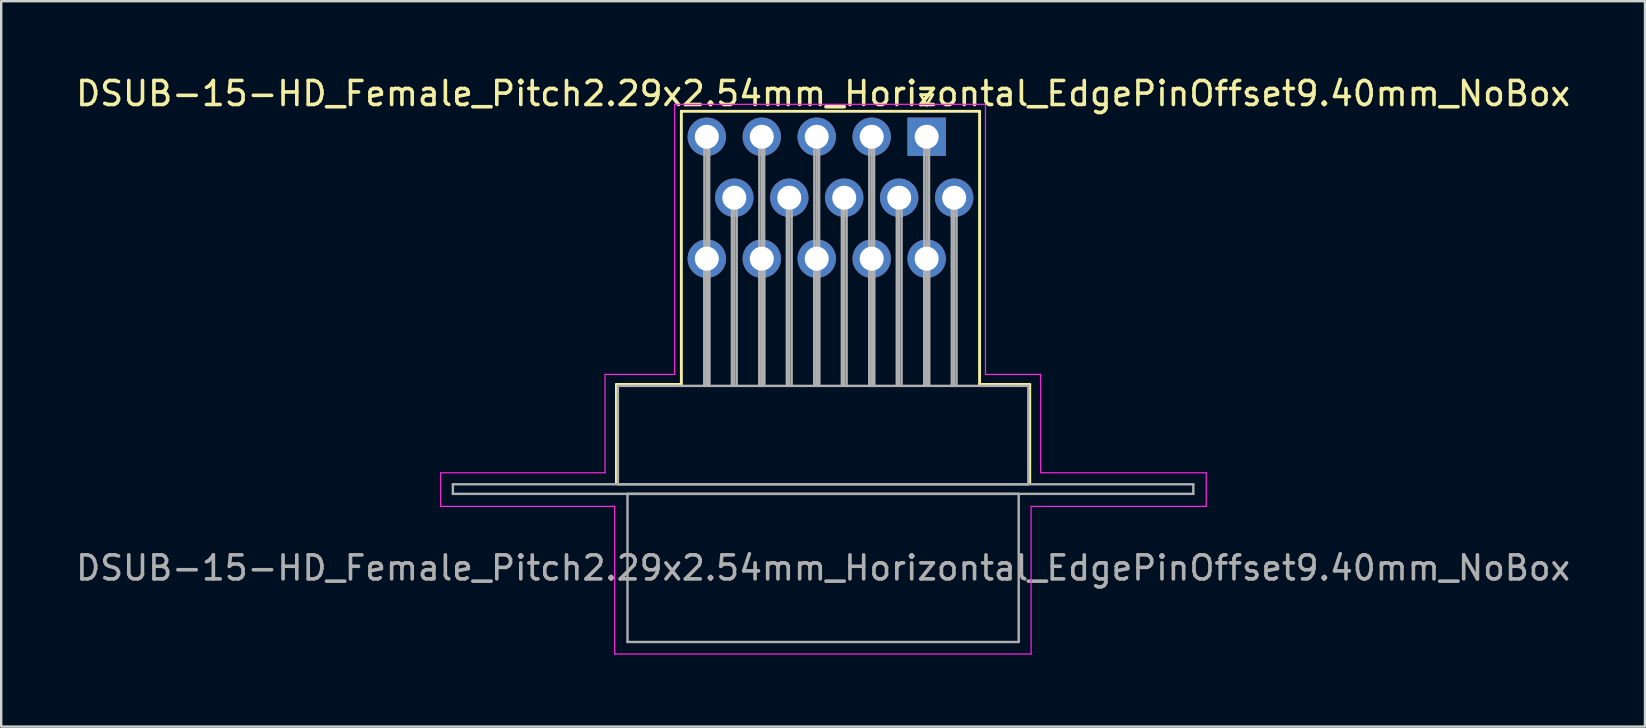
<source format=kicad_pcb>
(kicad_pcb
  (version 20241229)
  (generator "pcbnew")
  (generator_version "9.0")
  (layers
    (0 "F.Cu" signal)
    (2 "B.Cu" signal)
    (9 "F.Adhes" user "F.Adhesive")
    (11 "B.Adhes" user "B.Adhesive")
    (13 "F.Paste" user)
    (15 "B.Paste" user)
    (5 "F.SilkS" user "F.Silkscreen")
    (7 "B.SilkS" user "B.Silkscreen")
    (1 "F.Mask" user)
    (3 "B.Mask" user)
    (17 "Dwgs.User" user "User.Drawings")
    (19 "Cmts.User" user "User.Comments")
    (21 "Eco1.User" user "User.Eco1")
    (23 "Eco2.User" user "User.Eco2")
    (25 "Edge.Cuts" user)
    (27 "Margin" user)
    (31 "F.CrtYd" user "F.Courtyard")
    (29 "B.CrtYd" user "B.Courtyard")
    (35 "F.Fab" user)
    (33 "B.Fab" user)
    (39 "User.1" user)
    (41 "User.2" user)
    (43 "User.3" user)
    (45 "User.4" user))
  (footprint "DSUB-15-HD_Female_Pitch2.29x2.54mm_Horizontal_EdgePinOffset9.40mm_NoBox"
    (layer "F.Cu")
    (at 35.559 2.648)
    (property "Reference" "DSUB-15-HD_Female_Pitch2.29x2.54mm_Horizontal_EdgePinOffset9.40mm_NoBox" (at -4.315 -1.8 0) (layer "F.SilkS") (effects (font (size 1 1) (thickness 0.15))))
    (attr through_hole)
    (fp_line (start -12.925 10.32) (end -10.22 10.32) (stroke (width 0.12) (type solid)) (layer "F.SilkS"))
    (fp_line (start -12.925 14.42) (end -12.925 10.32) (stroke (width 0.12) (type solid)) (layer "F.SilkS"))
    (fp_line (start -10.22 -1.06) (end 2.205 -1.06) (stroke (width 0.12) (type solid)) (layer "F.SilkS"))
    (fp_line (start -10.22 10.32) (end -10.22 -1.06) (stroke (width 0.12) (type solid)) (layer "F.SilkS"))
    (fp_line (start -0.25 -1.754) (end 0.25 -1.754) (stroke (width 0.12) (type solid)) (layer "F.SilkS"))
    (fp_line (start 0 -1.321) (end -0.25 -1.754) (stroke (width 0.12) (type solid)) (layer "F.SilkS"))
    (fp_line (start 0.25 -1.754) (end 0 -1.321) (stroke (width 0.12) (type solid)) (layer "F.SilkS"))
    (fp_line (start 2.205 -1.06) (end 2.205 10.32) (stroke (width 0.12) (type solid)) (layer "F.SilkS"))
    (fp_line (start 2.205 10.32) (end 4.295 10.32) (stroke (width 0.12) (type solid)) (layer "F.SilkS"))
    (fp_line (start 4.295 10.32) (end 4.295 14.42) (stroke (width 0.12) (type solid)) (layer "F.SilkS"))
    (fp_line (start -20.25 14) (end -13.4 14) (stroke (width 0.05) (type solid)) (layer "F.CrtYd"))
    (fp_line (start -20.25 15.4) (end -20.25 14) (stroke (width 0.05) (type solid)) (layer "F.CrtYd"))
    (fp_line (start -13.4 9.9) (end -10.5 9.9) (stroke (width 0.05) (type solid)) (layer "F.CrtYd"))
    (fp_line (start -13.4 14) (end -13.4 9.9) (stroke (width 0.05) (type solid)) (layer "F.CrtYd"))
    (fp_line (start -13 15.4) (end -20.25 15.4) (stroke (width 0.05) (type solid)) (layer "F.CrtYd"))
    (fp_line (start -13 21.55) (end -13 15.4) (stroke (width 0.05) (type solid)) (layer "F.CrtYd"))
    (fp_line (start -10.5 -1.35) (end 2.45 -1.35) (stroke (width 0.05) (type solid)) (layer "F.CrtYd"))
    (fp_line (start -10.5 9.9) (end -10.5 -1.35) (stroke (width 0.05) (type solid)) (layer "F.CrtYd"))
    (fp_line (start 2.45 -1.35) (end 2.45 9.9) (stroke (width 0.05) (type solid)) (layer "F.CrtYd"))
    (fp_line (start 2.45 9.9) (end 4.75 9.9) (stroke (width 0.05) (type solid)) (layer "F.CrtYd"))
    (fp_line (start 4.35 15.4) (end 4.35 21.55) (stroke (width 0.05) (type solid)) (layer "F.CrtYd"))
    (fp_line (start 4.35 21.55) (end -13 21.55) (stroke (width 0.05) (type solid)) (layer "F.CrtYd"))
    (fp_line (start 4.75 9.9) (end 4.75 14) (stroke (width 0.05) (type solid)) (layer "F.CrtYd"))
    (fp_line (start 4.75 14) (end 11.65 14) (stroke (width 0.05) (type solid)) (layer "F.CrtYd"))
    (fp_line (start 11.65 14) (end 11.65 15.4) (stroke (width 0.05) (type solid)) (layer "F.CrtYd"))
    (fp_line (start 11.65 15.4) (end 4.35 15.4) (stroke (width 0.05) (type solid)) (layer "F.CrtYd"))
    (fp_line (start -19.74 14.48) (end -19.74 14.88) (stroke (width 0.1) (type solid)) (layer "F.Fab"))
    (fp_line (start -19.74 14.88) (end 11.11 14.88) (stroke (width 0.1) (type solid)) (layer "F.Fab"))
    (fp_line (start -12.865 10.38) (end -12.865 14.48) (stroke (width 0.1) (type solid)) (layer "F.Fab"))
    (fp_line (start -12.865 14.48) (end 4.235 14.48) (stroke (width 0.1) (type solid)) (layer "F.Fab"))
    (fp_line (start -12.465 14.88) (end -12.465 21.05) (stroke (width 0.1) (type solid)) (layer "F.Fab"))
    (fp_line (start -12.465 21.05) (end 3.835 21.05) (stroke (width 0.1) (type solid)) (layer "F.Fab"))
    (fp_line (start -9.26 0) (end -9.26 10.38) (stroke (width 0.1) (type solid)) (layer "F.Fab"))
    (fp_line (start -9.26 5.08) (end -9.26 10.38) (stroke (width 0.1) (type solid)) (layer "F.Fab"))
    (fp_line (start -9.16 0) (end -9.16 10.38) (stroke (width 0.1) (type solid)) (layer "F.Fab"))
    (fp_line (start -9.16 5.08) (end -9.16 10.38) (stroke (width 0.1) (type solid)) (layer "F.Fab"))
    (fp_line (start -9.06 0) (end -9.06 10.38) (stroke (width 0.1) (type solid)) (layer "F.Fab"))
    (fp_line (start -9.06 5.08) (end -9.06 10.38) (stroke (width 0.1) (type solid)) (layer "F.Fab"))
    (fp_line (start -8.115 2.54) (end -8.115 10.38) (stroke (width 0.1) (type solid)) (layer "F.Fab"))
    (fp_line (start -8.015 2.54) (end -8.015 10.38) (stroke (width 0.1) (type solid)) (layer "F.Fab"))
    (fp_line (start -7.915 2.54) (end -7.915 10.38) (stroke (width 0.1) (type solid)) (layer "F.Fab"))
    (fp_line (start -6.97 0) (end -6.97 10.38) (stroke (width 0.1) (type solid)) (layer "F.Fab"))
    (fp_line (start -6.97 5.08) (end -6.97 10.38) (stroke (width 0.1) (type solid)) (layer "F.Fab"))
    (fp_line (start -6.87 0) (end -6.87 10.38) (stroke (width 0.1) (type solid)) (layer "F.Fab"))
    (fp_line (start -6.87 5.08) (end -6.87 10.38) (stroke (width 0.1) (type solid)) (layer "F.Fab"))
    (fp_line (start -6.77 0) (end -6.77 10.38) (stroke (width 0.1) (type solid)) (layer "F.Fab"))
    (fp_line (start -6.77 5.08) (end -6.77 10.38) (stroke (width 0.1) (type solid)) (layer "F.Fab"))
    (fp_line (start -5.825 2.54) (end -5.825 10.38) (stroke (width 0.1) (type solid)) (layer "F.Fab"))
    (fp_line (start -5.725 2.54) (end -5.725 10.38) (stroke (width 0.1) (type solid)) (layer "F.Fab"))
    (fp_line (start -5.625 2.54) (end -5.625 10.38) (stroke (width 0.1) (type solid)) (layer "F.Fab"))
    (fp_line (start -4.68 0) (end -4.68 10.38) (stroke (width 0.1) (type solid)) (layer "F.Fab"))
    (fp_line (start -4.68 5.08) (end -4.68 10.38) (stroke (width 0.1) (type solid)) (layer "F.Fab"))
    (fp_line (start -4.58 0) (end -4.58 10.38) (stroke (width 0.1) (type solid)) (layer "F.Fab"))
    (fp_line (start -4.58 5.08) (end -4.58 10.38) (stroke (width 0.1) (type solid)) (layer "F.Fab"))
    (fp_line (start -4.48 0) (end -4.48 10.38) (stroke (width 0.1) (type solid)) (layer "F.Fab"))
    (fp_line (start -4.48 5.08) (end -4.48 10.38) (stroke (width 0.1) (type solid)) (layer "F.Fab"))
    (fp_line (start -3.535 2.54) (end -3.535 10.38) (stroke (width 0.1) (type solid)) (layer "F.Fab"))
    (fp_line (start -3.435 2.54) (end -3.435 10.38) (stroke (width 0.1) (type solid)) (layer "F.Fab"))
    (fp_line (start -3.335 2.54) (end -3.335 10.38) (stroke (width 0.1) (type solid)) (layer "F.Fab"))
    (fp_line (start -2.39 0) (end -2.39 10.38) (stroke (width 0.1) (type solid)) (layer "F.Fab"))
    (fp_line (start -2.39 5.08) (end -2.39 10.38) (stroke (width 0.1) (type solid)) (layer "F.Fab"))
    (fp_line (start -2.29 0) (end -2.29 10.38) (stroke (width 0.1) (type solid)) (layer "F.Fab"))
    (fp_line (start -2.29 5.08) (end -2.29 10.38) (stroke (width 0.1) (type solid)) (layer "F.Fab"))
    (fp_line (start -2.19 0) (end -2.19 10.38) (stroke (width 0.1) (type solid)) (layer "F.Fab"))
    (fp_line (start -2.19 5.08) (end -2.19 10.38) (stroke (width 0.1) (type solid)) (layer "F.Fab"))
    (fp_line (start -1.245 2.54) (end -1.245 10.38) (stroke (width 0.1) (type solid)) (layer "F.Fab"))
    (fp_line (start -1.145 2.54) (end -1.145 10.38) (stroke (width 0.1) (type solid)) (layer "F.Fab"))
    (fp_line (start -1.045 2.54) (end -1.045 10.38) (stroke (width 0.1) (type solid)) (layer "F.Fab"))
    (fp_line (start -0.1 0) (end -0.1 10.38) (stroke (width 0.1) (type solid)) (layer "F.Fab"))
    (fp_line (start -0.1 5.08) (end -0.1 10.38) (stroke (width 0.1) (type solid)) (layer "F.Fab"))
    (fp_line (start 0 0) (end 0 10.38) (stroke (width 0.1) (type solid)) (layer "F.Fab"))
    (fp_line (start 0 5.08) (end 0 10.38) (stroke (width 0.1) (type solid)) (layer "F.Fab"))
    (fp_line (start 0.1 0) (end 0.1 10.38) (stroke (width 0.1) (type solid)) (layer "F.Fab"))
    (fp_line (start 0.1 5.08) (end 0.1 10.38) (stroke (width 0.1) (type solid)) (layer "F.Fab"))
    (fp_line (start 1.045 2.54) (end 1.045 10.38) (stroke (width 0.1) (type solid)) (layer "F.Fab"))
    (fp_line (start 1.145 2.54) (end 1.145 10.38) (stroke (width 0.1) (type solid)) (layer "F.Fab"))
    (fp_line (start 1.245 2.54) (end 1.245 10.38) (stroke (width 0.1) (type solid)) (layer "F.Fab"))
    (fp_line (start 3.835 14.88) (end -12.465 14.88) (stroke (width 0.1) (type solid)) (layer "F.Fab"))
    (fp_line (start 3.835 21.05) (end 3.835 14.88) (stroke (width 0.1) (type solid)) (layer "F.Fab"))
    (fp_line (start 4.235 10.38) (end -12.865 10.38) (stroke (width 0.1) (type solid)) (layer "F.Fab"))
    (fp_line (start 4.235 14.48) (end 4.235 10.38) (stroke (width 0.1) (type solid)) (layer "F.Fab"))
    (fp_line (start 11.11 14.48) (end -19.74 14.48) (stroke (width 0.1) (type solid)) (layer "F.Fab"))
    (fp_line (start 11.11 14.88) (end 11.11 14.48) (stroke (width 0.1) (type solid)) (layer "F.Fab"))
    (fp_text user "${REFERENCE}" (at -4.315 17.965 0) (layer "F.Fab") (effects (font (size 1 1) (thickness 0.15))))
    (pad "1" thru_hole rect (at 0 0) (size 1.6 1.6) (drill 1) (layers "*.Cu" "*.Mask"))
    (pad "2" thru_hole circle (at -2.29 0) (size 1.6 1.6) (drill 1) (layers "*.Cu" "*.Mask"))
    (pad "3" thru_hole circle (at -4.58 0) (size 1.6 1.6) (drill 1) (layers "*.Cu" "*.Mask"))
    (pad "4" thru_hole circle (at -6.87 0) (size 1.6 1.6) (drill 1) (layers "*.Cu" "*.Mask"))
    (pad "5" thru_hole circle (at -9.16 0) (size 1.6 1.6) (drill 1) (layers "*.Cu" "*.Mask"))
    (pad "6" thru_hole circle (at 1.145 2.54) (size 1.6 1.6) (drill 1) (layers "*.Cu" "*.Mask"))
    (pad "7" thru_hole circle (at -1.145 2.54) (size 1.6 1.6) (drill 1) (layers "*.Cu" "*.Mask"))
    (pad "8" thru_hole circle (at -3.435 2.54) (size 1.6 1.6) (drill 1) (layers "*.Cu" "*.Mask"))
    (pad "9" thru_hole circle (at -5.725 2.54) (size 1.6 1.6) (drill 1) (layers "*.Cu" "*.Mask"))
    (pad "10" thru_hole circle (at -8.015 2.54) (size 1.6 1.6) (drill 1) (layers "*.Cu" "*.Mask"))
    (pad "11" thru_hole circle (at 0 5.08) (size 1.6 1.6) (drill 1) (layers "*.Cu" "*.Mask"))
    (pad "12" thru_hole circle (at -2.29 5.08) (size 1.6 1.6) (drill 1) (layers "*.Cu" "*.Mask"))
    (pad "13" thru_hole circle (at -4.58 5.08) (size 1.6 1.6) (drill 1) (layers "*.Cu" "*.Mask"))
    (pad "14" thru_hole circle (at -6.87 5.08) (size 1.6 1.6) (drill 1) (layers "*.Cu" "*.Mask"))
    (pad "15" thru_hole circle (at -9.16 5.08) (size 1.6 1.6) (drill 1) (layers "*.Cu" "*.Mask")))
  (gr_rect
    (start -3 -3)
    (end 65.488 27.223)
    (stroke (width 0.1) (type default))
    (fill no)
    (layer "Edge.Cuts")))
</source>
